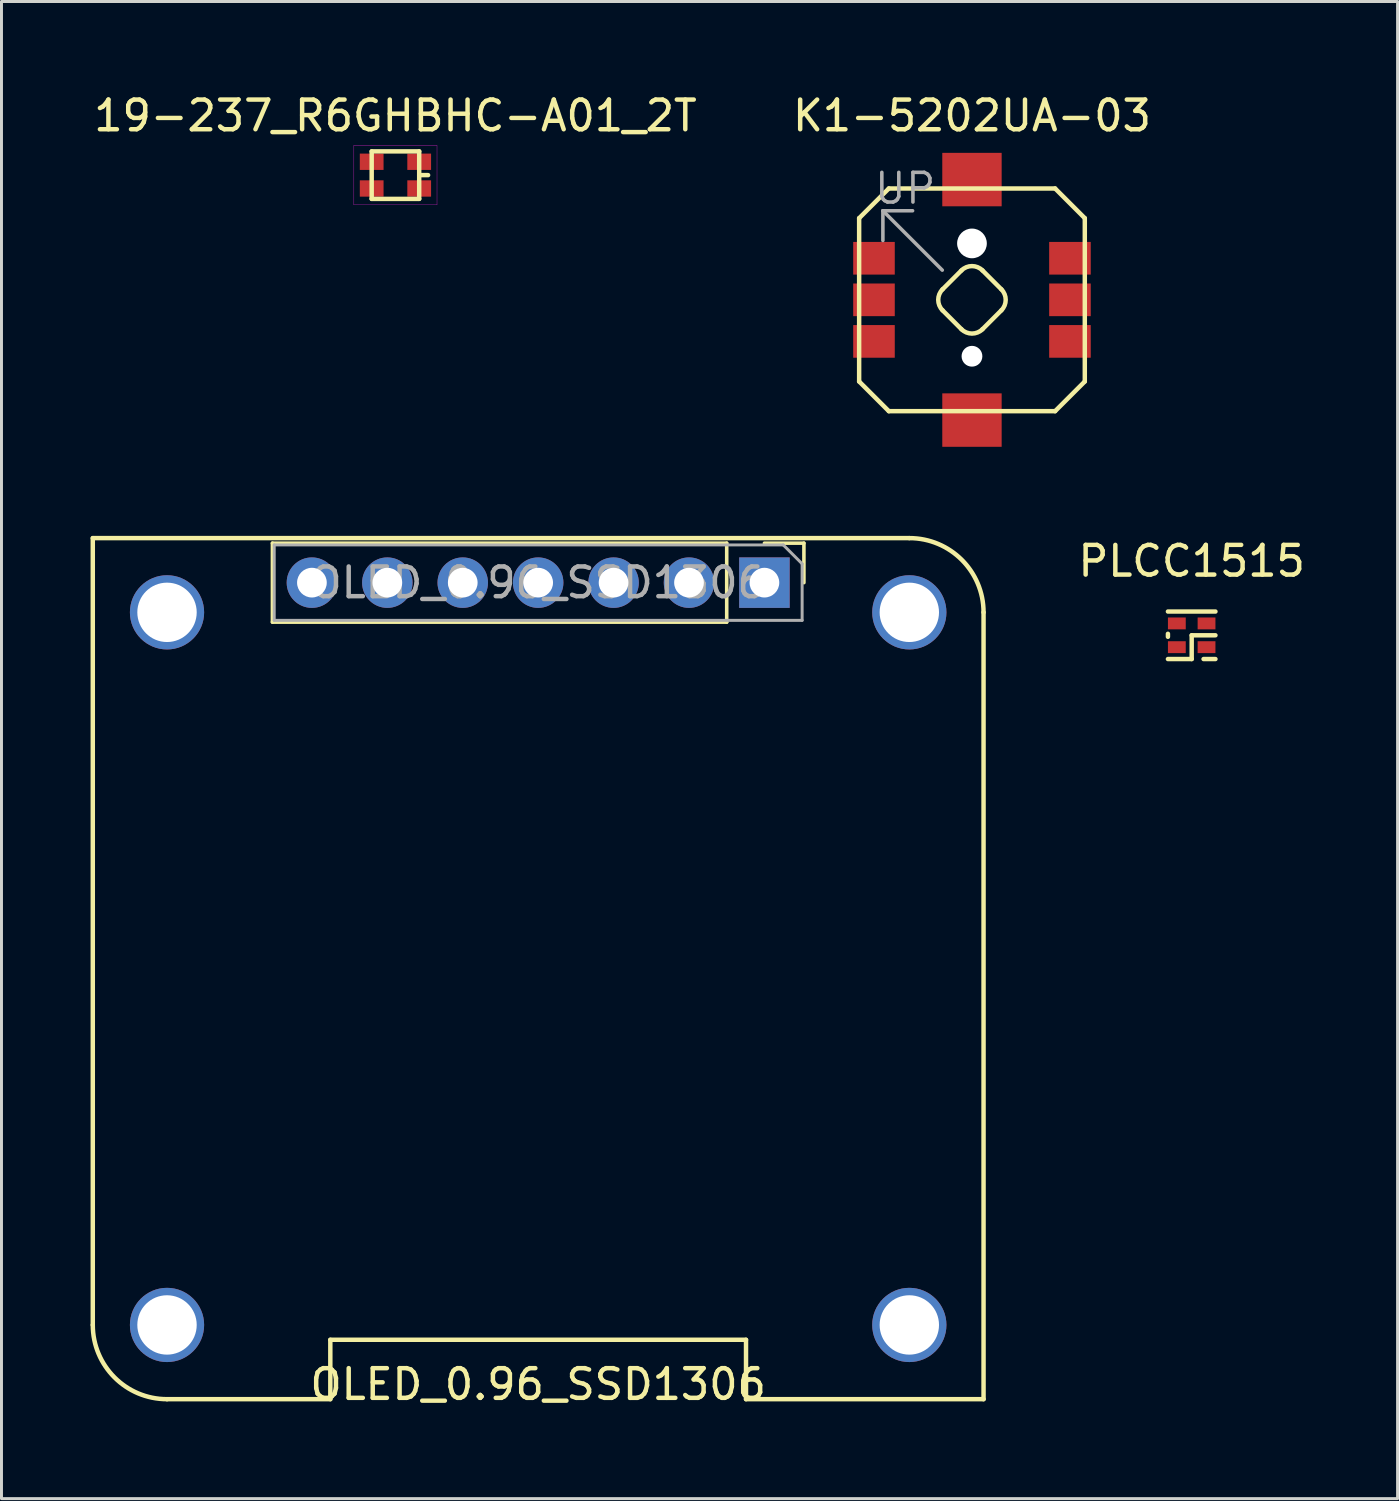
<source format=kicad_pcb>
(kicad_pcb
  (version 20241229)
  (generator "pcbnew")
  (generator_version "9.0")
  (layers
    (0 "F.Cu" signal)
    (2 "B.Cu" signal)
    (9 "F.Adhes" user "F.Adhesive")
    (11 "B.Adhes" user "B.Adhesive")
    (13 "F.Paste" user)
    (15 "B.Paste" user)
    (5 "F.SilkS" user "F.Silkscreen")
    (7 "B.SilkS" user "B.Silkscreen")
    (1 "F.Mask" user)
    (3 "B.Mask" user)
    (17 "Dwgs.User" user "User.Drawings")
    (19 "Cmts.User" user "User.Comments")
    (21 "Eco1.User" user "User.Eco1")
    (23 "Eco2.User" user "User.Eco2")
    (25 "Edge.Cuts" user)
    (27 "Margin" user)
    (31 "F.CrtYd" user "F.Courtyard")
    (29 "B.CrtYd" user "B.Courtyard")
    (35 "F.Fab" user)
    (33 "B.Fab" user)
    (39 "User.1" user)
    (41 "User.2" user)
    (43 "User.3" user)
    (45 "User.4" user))
  (footprint "K1-5202UA-03"
    (layer "F.Cu")
    (at 29.685 7.048)
    (property "Reference" "K1-5202UA-03" (at 0 -6.2 0) (layer "F.SilkS") (effects (font (size 1 1) (thickness 0.15))))
    (attr through_hole)
    (fp_line (start -3.8 -2.75) (end -2.8 -3.75) (stroke (width 0.15) (type solid)) (layer "F.SilkS"))
    (fp_line (start -3.8 2.75) (end -3.8 -2.75) (stroke (width 0.15) (type solid)) (layer "F.SilkS"))
    (fp_line (start -3.8 2.75) (end -2.8 3.75) (stroke (width 0.15) (type solid)) (layer "F.SilkS"))
    (fp_line (start -2.8 -3.75) (end 2.8 -3.75) (stroke (width 0.15) (type solid)) (layer "F.SilkS"))
    (fp_line (start -0.99 -0.354) (end -0.354 -0.99) (stroke (width 0.15) (type solid)) (layer "F.SilkS"))
    (fp_line (start -0.354 0.99) (end -0.99 0.354) (stroke (width 0.15) (type solid)) (layer "F.SilkS"))
    (fp_line (start 0.354 -0.99) (end 0.99 -0.354) (stroke (width 0.15) (type solid)) (layer "F.SilkS"))
    (fp_line (start 0.99 0.354) (end 0.354 0.99) (stroke (width 0.15) (type solid)) (layer "F.SilkS"))
    (fp_line (start 2.8 -3.75) (end 3.8 -2.75) (stroke (width 0.15) (type solid)) (layer "F.SilkS"))
    (fp_line (start 2.8 3.75) (end -2.8 3.75) (stroke (width 0.15) (type solid)) (layer "F.SilkS"))
    (fp_line (start 2.8 3.75) (end 3.8 2.75) (stroke (width 0.15) (type solid)) (layer "F.SilkS"))
    (fp_line (start 3.8 -2.75) (end 3.8 2.75) (stroke (width 0.15) (type solid)) (layer "F.SilkS"))
    (fp_arc (start -0.989949 0.353553) (mid -1.136395 0) (end -0.989949 -0.353553) (stroke (width 0.15) (type solid)) (layer "F.SilkS"))
    (fp_arc (start -0.353553 -0.989949) (mid 0 -1.136395) (end 0.353553 -0.989949) (stroke (width 0.15) (type solid)) (layer "F.SilkS"))
    (fp_arc (start 0.353553 0.989949) (mid 0 1.136395) (end -0.353553 0.989949) (stroke (width 0.15) (type solid)) (layer "F.SilkS"))
    (fp_arc (start 0.989949 -0.353553) (mid 1.136395 0) (end 0.989949 0.353553) (stroke (width 0.15) (type solid)) (layer "F.SilkS"))
    (fp_line (start -3 -3) (end -3 -2) (stroke (width 0.12) (type solid)) (layer "F.Fab"))
    (fp_line (start -3 -3) (end -2 -3) (stroke (width 0.12) (type solid)) (layer "F.Fab"))
    (fp_line (start -1 -1) (end -3 -3) (stroke (width 0.12) (type solid)) (layer "F.Fab"))
    (fp_text user "UP" (at -2.25 -3.75 0) (layer "F.Fab") (effects (font (size 1 1) (thickness 0.12))))
    (pad "" np_thru_hole circle (at 0 -1.9) (size 1 1) (drill 1) (layers "*.Cu" "*.Mask"))
    (pad "" np_thru_hole circle (at 0 1.9) (size 0.7 0.7) (drill 0.7) (layers "*.Cu" "*.Mask"))
    (pad "1" smd rect (at -3.3 -1.4) (size 1.4 1.1) (layers "F.Cu" "F.Mask" "F.Paste"))
    (pad "2" smd rect (at -3.3 0) (size 1.4 1.1) (layers "F.Cu" "F.Mask" "F.Paste"))
    (pad "3" smd rect (at -3.3 1.4) (size 1.4 1.1) (layers "F.Cu" "F.Mask" "F.Paste"))
    (pad "4" smd rect (at 3.3 -1.4) (size 1.4 1.1) (layers "F.Cu" "F.Mask" "F.Paste"))
    (pad "5" smd rect (at 3.3 0) (size 1.4 1.1) (layers "F.Cu" "F.Mask" "F.Paste"))
    (pad "6" smd rect (at 3.3 1.4) (size 1.4 1.1) (layers "F.Cu" "F.Mask" "F.Paste"))
    (pad "~" smd rect (at 0 -4.05) (size 2 1.8) (layers "F.Cu" "F.Mask" "F.Paste"))
    (pad "~" smd rect (at 0 4.05) (size 2 1.8) (layers "F.Cu" "F.Mask" "F.Paste")))
  (footprint "19-237_R6GHBHC-A01_2T"
    (layer "F.Cu")
    (at 10.268 2.848)
    (property "Reference" "19-237_R6GHBHC-A01_2T" (at 0 -2 0) (layer "F.SilkS") (effects (font (size 1 1) (thickness 0.15))))
    (attr through_hole)
    (fp_line (start -0.8 -0.8) (end -0.8 0.8) (stroke (width 0.15) (type solid)) (layer "F.SilkS"))
    (fp_line (start -0.8 0.8) (end 0.8 0.8) (stroke (width 0.15) (type solid)) (layer "F.SilkS"))
    (fp_line (start 0.8 -0.8) (end -0.8 -0.8) (stroke (width 0.15) (type solid)) (layer "F.SilkS"))
    (fp_line (start 0.8 0.8) (end 0.8 -0.8) (stroke (width 0.15) (type solid)) (layer "F.SilkS"))
    (fp_line (start 1.1 0) (end 0.8 0) (stroke (width 0.15) (type solid)) (layer "F.SilkS"))
    (fp_line (start -1.4 -1) (end -1.4 1) (stroke (width 0.01) (type solid)) (layer "F.CrtYd"))
    (fp_line (start -1.4 1) (end 1.4 1) (stroke (width 0.01) (type solid)) (layer "F.CrtYd"))
    (fp_line (start 1.4 -1) (end -1.4 -1) (stroke (width 0.01) (type solid)) (layer "F.CrtYd"))
    (fp_line (start 1.4 1) (end 1.4 -1) (stroke (width 0.01) (type solid)) (layer "F.CrtYd"))
    (pad "1" smd rect (at -0.8 0.45) (size 0.8 0.55) (layers "F.Cu" "F.Mask" "F.Paste"))
    (pad "2" smd rect (at -0.8 -0.45) (size 0.8 0.55) (layers "F.Cu" "F.Mask" "F.Paste"))
    (pad "3" smd rect (at 0.8 -0.45) (size 0.8 0.55) (layers "F.Cu" "F.Mask" "F.Paste"))
    (pad "4" smd rect (at 0.8 0.45) (size 0.8 0.55) (layers "F.Cu" "F.Mask" "F.Paste")))
  (footprint "OLED_0.96_SSD1306"
    (layer "F.Cu")
    (at 15.075 29.573)
    (property "Reference" "OLED_0.96_SSD1306" (at 0 14 0) (layer "F.SilkS") (effects (font (size 1 1) (thickness 0.15))))
    (attr through_hole)
    (fp_line (start -15 -14.5) (end 12.5 -14.5) (stroke (width 0.15) (type solid)) (layer "F.SilkS"))
    (fp_line (start -15 12) (end -15 -14.5) (stroke (width 0.15) (type solid)) (layer "F.SilkS"))
    (fp_line (start -8.95 -14.33) (end -8.95 -11.67) (stroke (width 0.12) (type solid)) (layer "F.SilkS"))
    (fp_line (start -7 12.5) (end 7 12.5) (stroke (width 0.15) (type solid)) (layer "F.SilkS"))
    (fp_line (start -7 14.5) (end -12.5 14.5) (stroke (width 0.15) (type solid)) (layer "F.SilkS"))
    (fp_line (start -7 14.5) (end -7 12.5) (stroke (width 0.15) (type solid)) (layer "F.SilkS"))
    (fp_line (start 6.35 -14.33) (end -8.95 -14.33) (stroke (width 0.12) (type solid)) (layer "F.SilkS"))
    (fp_line (start 6.35 -14.33) (end 6.35 -11.67) (stroke (width 0.12) (type solid)) (layer "F.SilkS"))
    (fp_line (start 6.35 -11.67) (end -8.95 -11.67) (stroke (width 0.12) (type solid)) (layer "F.SilkS"))
    (fp_line (start 7 12.5) (end 7 14.5) (stroke (width 0.15) (type solid)) (layer "F.SilkS"))
    (fp_line (start 7.62 -14.33) (end 8.95 -14.33) (stroke (width 0.12) (type solid)) (layer "F.SilkS"))
    (fp_line (start 8.95 -14.33) (end 8.95 -13) (stroke (width 0.12) (type solid)) (layer "F.SilkS"))
    (fp_line (start 15 -12) (end 15 14.5) (stroke (width 0.15) (type solid)) (layer "F.SilkS"))
    (fp_line (start 15 14.5) (end 7 14.5) (stroke (width 0.15) (type solid)) (layer "F.SilkS"))
    (fp_arc (start -12.5 14.5) (mid -14.267767 13.767767) (end -15 12) (stroke (width 0.15) (type solid)) (layer "F.SilkS"))
    (fp_arc (start 12.5 -14.5) (mid 14.267767 -13.767767) (end 15 -12) (stroke (width 0.15) (type solid)) (layer "F.SilkS"))
    (fp_line (start -8.89 -14.27) (end 8.255 -14.27) (stroke (width 0.1) (type solid)) (layer "F.Fab"))
    (fp_line (start -8.89 -11.73) (end -8.89 -14.27) (stroke (width 0.1) (type solid)) (layer "F.Fab"))
    (fp_line (start 8.255 -14.27) (end 8.89 -13.635) (stroke (width 0.1) (type solid)) (layer "F.Fab"))
    (fp_line (start 8.89 -13.635) (end 8.89 -11.73) (stroke (width 0.1) (type solid)) (layer "F.Fab"))
    (fp_line (start 8.89 -11.73) (end -8.89 -11.73) (stroke (width 0.1) (type solid)) (layer "F.Fab"))
    (fp_text user "${REFERENCE}" (at 0 -13 0) (layer "F.Fab") (effects (font (size 1 1) (thickness 0.15))))
    (pad "" np_thru_hole circle (at -12.5 -12) (size 2.5 2.5) (drill 2) (layers "*.Cu" "*.Mask"))
    (pad "" np_thru_hole circle (at -12.5 12) (size 2.5 2.5) (drill 2) (layers "*.Cu" "*.Mask"))
    (pad "" np_thru_hole circle (at 12.5 -12) (size 2.5 2.5) (drill 2) (layers "*.Cu" "*.Mask"))
    (pad "" np_thru_hole circle (at 12.5 12) (size 2.5 2.5) (drill 2) (layers "*.Cu" "*.Mask"))
    (pad "1" thru_hole rect (at 7.62 -13 270) (size 1.7 1.7) (drill 1) (layers "*.Cu" "*.Mask"))
    (pad "2" thru_hole oval (at 5.08 -13 270) (size 1.7 1.7) (drill 1) (layers "*.Cu" "*.Mask"))
    (pad "3" thru_hole oval (at 2.54 -13 270) (size 1.7 1.7) (drill 1) (layers "*.Cu" "*.Mask"))
    (pad "4" thru_hole oval (at 0 -13 270) (size 1.7 1.7) (drill 1) (layers "*.Cu" "*.Mask"))
    (pad "5" thru_hole oval (at -2.54 -13 270) (size 1.7 1.7) (drill 1) (layers "*.Cu" "*.Mask"))
    (pad "6" thru_hole oval (at -5.08 -13 270) (size 1.7 1.7) (drill 1) (layers "*.Cu" "*.Mask"))
    (pad "7" thru_hole oval (at -7.62 -13 270) (size 1.7 1.7) (drill 1) (layers "*.Cu" "*.Mask")))
  (footprint "PLCC1515"
    (layer "F.Cu")
    (at 37.085 18.346)
    (property "Reference" "PLCC1515" (at 0 -2.5 0) (layer "F.SilkS") (effects (font (size 1 1) (thickness 0.15))))
    (attr through_hole)
    (fp_line (start -0.8 -0.05) (end -0.8 0.05) (stroke (width 0.15) (type solid)) (layer "F.SilkS"))
    (fp_line (start -0.8 0.8) (end 0 0.8) (stroke (width 0.15) (type solid)) (layer "F.SilkS"))
    (fp_line (start 0 0) (end 0.8 0) (stroke (width 0.15) (type solid)) (layer "F.SilkS"))
    (fp_line (start 0 0.8) (end 0 0) (stroke (width 0.15) (type solid)) (layer "F.SilkS"))
    (fp_line (start 0.8 -0.8) (end -0.8 -0.8) (stroke (width 0.15) (type solid)) (layer "F.SilkS"))
    (fp_line (start 0.8 0.8) (end 0.4 0.8) (stroke (width 0.15) (type solid)) (layer "F.SilkS"))
    (pad "1" smd rect (at 0.5 0.4) (size 0.6 0.4) (layers "F.Cu" "F.Mask" "F.Paste"))
    (pad "2" smd rect (at -0.5 0.4) (size 0.6 0.4) (layers "F.Cu" "F.Mask" "F.Paste"))
    (pad "3" smd rect (at -0.5 -0.4) (size 0.6 0.4) (layers "F.Cu" "F.Mask" "F.Paste"))
    (pad "4" smd rect (at 0.5 -0.4) (size 0.6 0.4) (layers "F.Cu" "F.Mask" "F.Paste")))
  (gr_rect
    (start -3 -3)
    (end 44.019 47.422)
    (stroke (width 0.1) (type default))
    (fill no)
    (layer "Edge.Cuts")))
</source>
